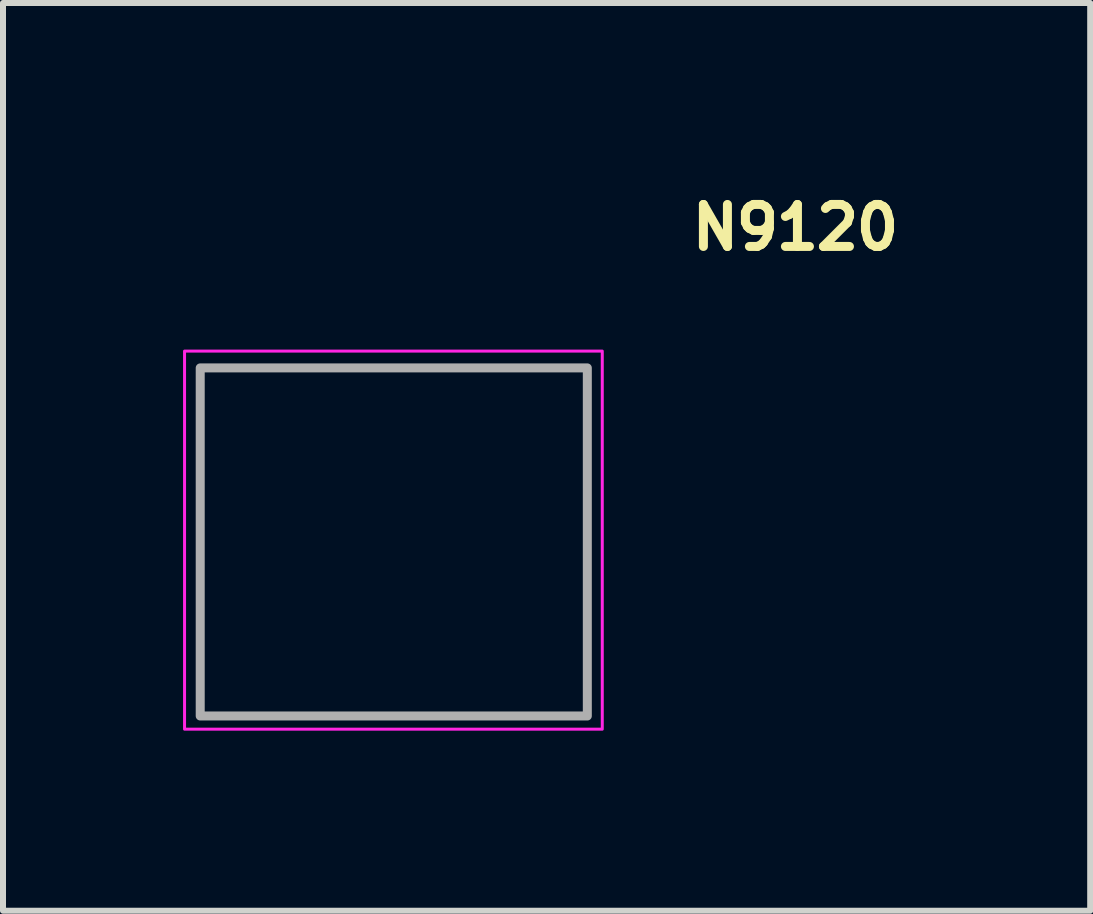
<source format=kicad_pcb>
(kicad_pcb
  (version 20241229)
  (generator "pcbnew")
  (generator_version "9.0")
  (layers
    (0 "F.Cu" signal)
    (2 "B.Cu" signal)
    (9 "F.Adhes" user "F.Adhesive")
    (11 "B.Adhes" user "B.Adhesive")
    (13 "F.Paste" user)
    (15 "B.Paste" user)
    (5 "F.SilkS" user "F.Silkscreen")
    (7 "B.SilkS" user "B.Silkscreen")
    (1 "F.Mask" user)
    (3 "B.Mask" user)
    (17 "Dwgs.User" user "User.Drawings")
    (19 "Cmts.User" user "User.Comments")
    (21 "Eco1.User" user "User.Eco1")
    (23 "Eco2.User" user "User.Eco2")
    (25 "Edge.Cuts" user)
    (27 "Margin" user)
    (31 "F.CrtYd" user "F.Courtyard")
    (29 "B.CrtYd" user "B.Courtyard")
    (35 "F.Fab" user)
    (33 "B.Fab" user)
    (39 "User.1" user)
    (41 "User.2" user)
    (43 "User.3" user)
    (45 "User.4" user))
  (footprint "N9120"
    (layer "F.Cu")
    (at 3.505 5.95)
    (property "Reference" "N9120" (at 4.9 -4.8 0) (unlocked yes) (layer "F.SilkS") (effects (font (size 0.7 0.7) (thickness 0.15)) (justify left bottom)))
    (attr smd)
    (fp_rect (start -3.48 -3.15) (end 3.48 3.15) (stroke (width 0.05) (type solid)) (fill no) (layer "F.CrtYd"))
    (fp_rect (start -3.219 -2.87) (end 3.231 2.93) (stroke (width 0.15) (type solid)) (fill no) (layer "F.Fab"))
    (fp_rect (start -3.225 -2.9) (end 3.225 2.9) (stroke (width 0.1) (type solid)) (fill no) (layer "User.5"))
    (fp_line (start -3.225 -2.9) (end 3.225 -2.9) (stroke (width 0.02) (type solid)) (layer "User.9"))
    (fp_line (start -3.225 2.9) (end -3.225 -2.9) (stroke (width 0.02) (type solid)) (layer "User.9"))
    (fp_line (start 3.225 -2.9) (end 3.225 2.9) (stroke (width 0.02) (type solid)) (layer "User.9"))
    (fp_line (start 3.225 2.9) (end -3.225 2.9) (stroke (width 0.02) (type solid)) (layer "User.9")))
  (gr_rect
    (start -3 -3)
    (end 15.115 12.125)
    (stroke (width 0.1) (type default))
    (fill no)
    (layer "Edge.Cuts")))
</source>
